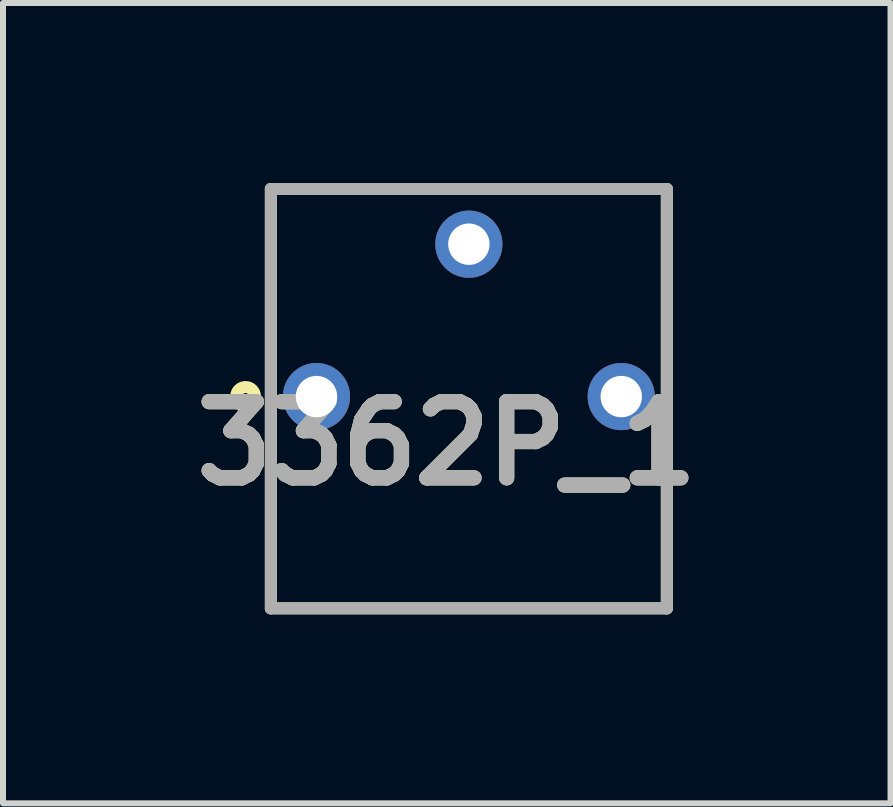
<source format=kicad_pcb>
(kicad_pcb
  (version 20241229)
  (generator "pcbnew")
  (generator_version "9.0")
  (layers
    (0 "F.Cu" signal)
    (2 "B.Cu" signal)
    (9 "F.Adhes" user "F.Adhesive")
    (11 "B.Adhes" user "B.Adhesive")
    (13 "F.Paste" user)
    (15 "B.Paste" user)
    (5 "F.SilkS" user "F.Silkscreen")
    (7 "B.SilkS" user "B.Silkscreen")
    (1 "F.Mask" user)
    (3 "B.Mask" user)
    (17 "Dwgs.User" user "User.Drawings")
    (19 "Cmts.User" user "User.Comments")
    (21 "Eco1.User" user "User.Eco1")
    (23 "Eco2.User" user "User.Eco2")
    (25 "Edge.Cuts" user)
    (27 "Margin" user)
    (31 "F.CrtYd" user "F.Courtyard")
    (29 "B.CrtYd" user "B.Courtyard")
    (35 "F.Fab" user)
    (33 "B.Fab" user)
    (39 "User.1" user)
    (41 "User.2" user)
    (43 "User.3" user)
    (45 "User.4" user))
  (footprint "3362P_1"
    (layer "F.Cu")
    (at 4.765 7.09)
    (property "Reference" "3362P_1" (at -0.368 -2.75 0) (layer "F.SilkS") (effects (font (size 1.27 1.27) (thickness 0.254))))
    (attr through_hole)
    (fp_line (start -3.3 -6.99) (end -3.3 0) (stroke (width 0.2) (type solid)) (layer "F.SilkS"))
    (fp_line (start -3.3 0) (end 3.3 0) (stroke (width 0.2) (type solid)) (layer "F.SilkS"))
    (fp_line (start 3.3 -6.99) (end -3.3 -6.99) (stroke (width 0.2) (type solid)) (layer "F.SilkS"))
    (fp_line (start 3.3 0) (end 3.3 -6.99) (stroke (width 0.2) (type solid)) (layer "F.SilkS"))
    (fp_circle (center -3.722 -3.532) (end -3.722 -3.475) (stroke (width 0.2) (type solid)) (fill no) (layer "F.SilkS"))
    (fp_line (start -3.3 -6.99) (end 3.3 -6.99) (stroke (width 0.2) (type solid)) (layer "F.Fab"))
    (fp_line (start -3.3 0) (end -3.3 -6.99) (stroke (width 0.2) (type solid)) (layer "F.Fab"))
    (fp_line (start 3.3 -6.99) (end 3.3 0) (stroke (width 0.2) (type solid)) (layer "F.Fab"))
    (fp_line (start 3.3 0) (end -3.3 0) (stroke (width 0.2) (type solid)) (layer "F.Fab"))
    (fp_text user "${REFERENCE}" (at -0.368 -2.75 0) (layer "F.Fab") (effects (font (size 1.27 1.27) (thickness 0.254))))
    (pad "1" thru_hole circle (at -2.54 -3.53) (size 1.12 1.12) (drill 0.69) (layers "*.Cu" "*.Mask"))
    (pad "2" thru_hole circle (at 0 -6.07) (size 1.12 1.12) (drill 0.69) (layers "*.Cu" "*.Mask"))
    (pad "3" thru_hole circle (at 2.54 -3.53) (size 1.12 1.12) (drill 0.69) (layers "*.Cu" "*.Mask")))
  (gr_rect
    (start -3 -3)
    (end 11.793 10.34)
    (stroke (width 0.1) (type default))
    (fill no)
    (layer "Edge.Cuts")))
</source>
